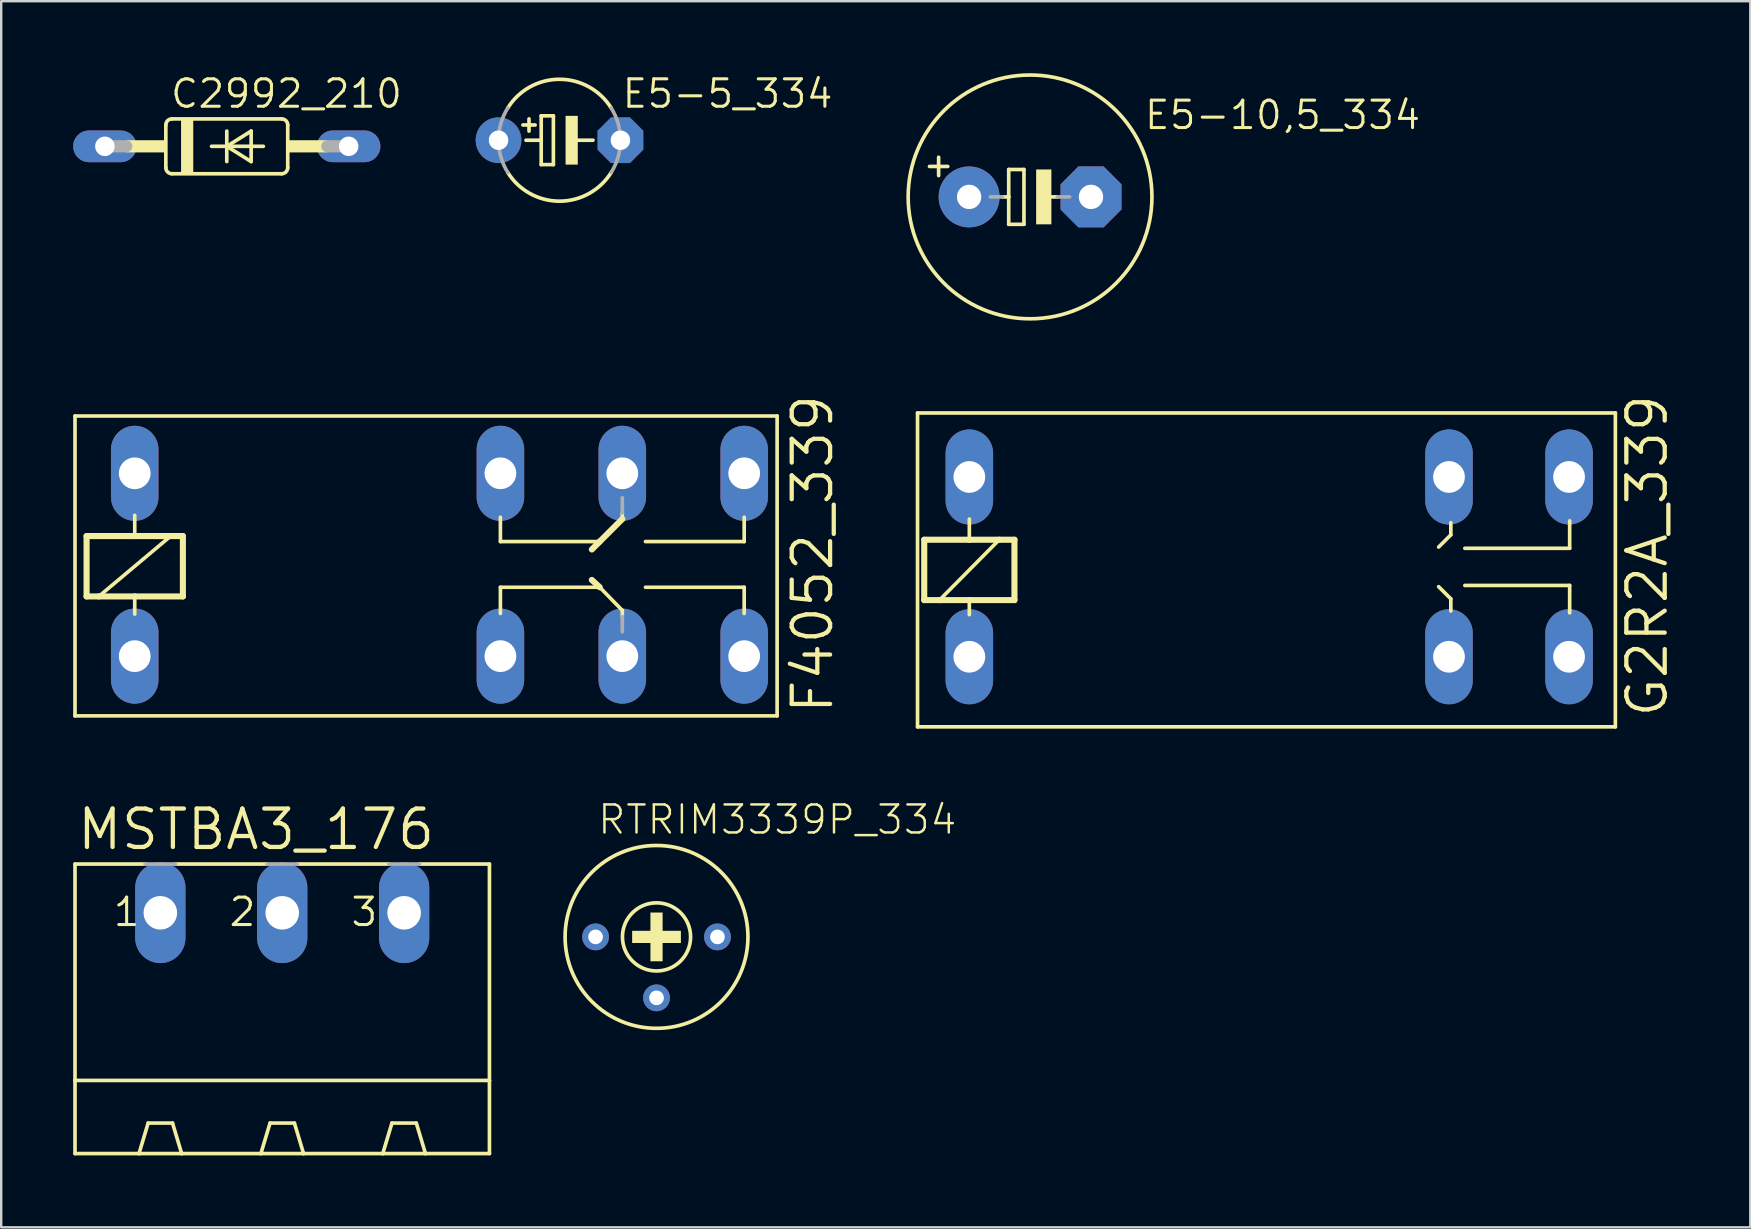
<source format=kicad_pcb>
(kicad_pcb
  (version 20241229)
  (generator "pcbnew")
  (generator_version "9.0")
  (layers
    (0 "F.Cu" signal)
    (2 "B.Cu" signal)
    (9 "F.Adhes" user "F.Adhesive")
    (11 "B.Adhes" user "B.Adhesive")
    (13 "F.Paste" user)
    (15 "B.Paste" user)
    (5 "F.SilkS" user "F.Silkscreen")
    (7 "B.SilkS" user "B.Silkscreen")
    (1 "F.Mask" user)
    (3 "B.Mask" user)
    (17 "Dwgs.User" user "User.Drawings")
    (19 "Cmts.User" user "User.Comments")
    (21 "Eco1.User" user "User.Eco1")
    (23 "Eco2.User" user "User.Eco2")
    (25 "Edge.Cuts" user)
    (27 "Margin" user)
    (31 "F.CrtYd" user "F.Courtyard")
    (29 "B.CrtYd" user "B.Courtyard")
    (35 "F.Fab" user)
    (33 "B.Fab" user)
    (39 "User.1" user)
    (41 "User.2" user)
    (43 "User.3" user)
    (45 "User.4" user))
  (footprint "E5-10,5_334"
    (layer "F.Cu")
    (at 39.878 5.156)
    (property "Reference" "E5-10,5_334" (at 4.699 -2.743 0) (unlocked yes) (layer "F.SilkS") (effects (font (size 1.143 1.143) (thickness 0.127)) (justify left bottom)))
    (fp_line (start -3.81 -1.651) (end -3.81 -0.889) (stroke (width 0.152) (type solid)) (layer "F.SilkS"))
    (fp_line (start -3.429 -1.27) (end -4.191 -1.27) (stroke (width 0.152) (type solid)) (layer "F.SilkS"))
    (fp_line (start -1.143 0) (end -0.889 0) (stroke (width 0.152) (type solid)) (layer "F.SilkS"))
    (fp_line (start -0.889 -1.143) (end -0.889 0) (stroke (width 0.152) (type solid)) (layer "F.SilkS"))
    (fp_line (start -0.889 0) (end -0.889 1.143) (stroke (width 0.152) (type solid)) (layer "F.SilkS"))
    (fp_line (start -0.889 1.143) (end -0.254 1.143) (stroke (width 0.152) (type solid)) (layer "F.SilkS"))
    (fp_line (start -0.254 -1.143) (end -0.889 -1.143) (stroke (width 0.152) (type solid)) (layer "F.SilkS"))
    (fp_line (start -0.254 1.143) (end -0.254 -1.143) (stroke (width 0.152) (type solid)) (layer "F.SilkS"))
    (fp_line (start 0.635 0) (end 1.143 0) (stroke (width 0.152) (type solid)) (layer "F.SilkS"))
    (fp_circle (center 0 0) (end 5.08 0) (stroke (width 0.152) (type solid)) (fill no) (layer "F.SilkS"))
    (fp_poly (pts (xy 0.254 1.143) (xy 0.889 1.143) (xy 0.889 -1.143) (xy 0.254 -1.143)) (stroke (width 0) (type default)) (fill yes) (layer "F.SilkS"))
    (fp_line (start -1.651 0) (end -1.143 0) (stroke (width 0.152) (type solid)) (layer "F.Fab"))
    (fp_line (start 1.143 0) (end 1.651 0) (stroke (width 0.152) (type solid)) (layer "F.Fab"))
    (pad "+" thru_hole circle (at -2.54 0) (size 2.54 2.54) (drill 1.016) (layers "*.Cu" "*.Mask"))
    (pad "-" thru_hole roundrect (at 2.54 0) (size 2.54 2.54) (drill 1.016) (layers "*.Cu" "*.Mask") (roundrect_rratio 0.25) (chamfer_ratio 0.293) (chamfer top_left top_right bottom_left bottom_right)))
  (footprint "RTRIM3339P_334"
    (layer "F.Cu")
    (at 24.311 35.996)
    (property "Reference" "RTRIM3339P_334" (at -2.515 -4.205 0) (unlocked yes) (layer "F.SilkS") (effects (font (size 1.168 1.168) (thickness 0.102)) (justify left bottom)))
    (fp_circle (center 0 0) (end 1.42 0) (stroke (width 0.152) (type solid)) (fill no) (layer "F.SilkS"))
    (fp_circle (center 0 0) (end 3.81 0) (stroke (width 0.152) (type solid)) (fill no) (layer "F.SilkS"))
    (fp_poly (pts (xy -1.016 0.254) (xy 1.016 0.254) (xy 1.016 -0.254) (xy -1.016 -0.254)) (stroke (width 0) (type default)) (fill yes) (layer "F.SilkS"))
    (fp_poly (pts (xy -0.254 1.016) (xy 0.254 1.016) (xy 0.254 -1.016) (xy -0.254 -1.016)) (stroke (width 0) (type default)) (fill yes) (layer "F.SilkS"))
    (pad "1" thru_hole circle (at -2.54 0) (size 1.118 1.118) (drill 0.61) (layers "*.Cu" "*.Mask"))
    (pad "2" thru_hole circle (at 0 2.54) (size 1.118 1.118) (drill 0.61) (layers "*.Cu" "*.Mask"))
    (pad "3" thru_hole circle (at 2.54 0) (size 1.118 1.118) (drill 0.61) (layers "*.Cu" "*.Mask")))
  (footprint "G2R2A_339"
    (layer "F.Cu")
    (at 39.888 20.638)
    (property "Reference" "G2R2A_339" (at 26.645 6.299 90) (unlocked yes) (layer "F.SilkS") (effects (font (size 1.6 1.6) (thickness 0.178)) (justify left bottom)))
    (fp_line (start -4.699 6.604) (end -4.699 -6.477) (stroke (width 0.152) (type solid)) (layer "F.SilkS"))
    (fp_line (start -4.699 6.604) (end 24.384 6.604) (stroke (width 0.152) (type solid)) (layer "F.SilkS"))
    (fp_line (start -4.42 -1.194) (end -2.54 -1.194) (stroke (width 0.254) (type solid)) (layer "F.SilkS"))
    (fp_line (start -4.42 1.321) (end -4.42 -1.194) (stroke (width 0.254) (type solid)) (layer "F.SilkS"))
    (fp_line (start -3.785 1.321) (end -4.42 1.321) (stroke (width 0.254) (type solid)) (layer "F.SilkS"))
    (fp_line (start -2.54 -2.057) (end -2.54 -1.194) (stroke (width 0.152) (type solid)) (layer "F.SilkS"))
    (fp_line (start -2.54 -1.194) (end -1.295 -1.194) (stroke (width 0.254) (type solid)) (layer "F.SilkS"))
    (fp_line (start -2.54 1.321) (end -3.785 1.321) (stroke (width 0.254) (type solid)) (layer "F.SilkS"))
    (fp_line (start -2.54 1.321) (end -2.54 1.93) (stroke (width 0.152) (type solid)) (layer "F.SilkS"))
    (fp_line (start -1.295 -1.194) (end -3.785 1.321) (stroke (width 0.152) (type solid)) (layer "F.SilkS"))
    (fp_line (start -1.295 -1.194) (end -0.66 -1.194) (stroke (width 0.254) (type solid)) (layer "F.SilkS"))
    (fp_line (start -0.66 -1.194) (end -0.66 1.321) (stroke (width 0.254) (type solid)) (layer "F.SilkS"))
    (fp_line (start -0.66 1.321) (end -2.54 1.321) (stroke (width 0.254) (type solid)) (layer "F.SilkS"))
    (fp_line (start 17.018 -0.889) (end 17.526 -1.397) (stroke (width 0.152) (type solid)) (layer "F.SilkS"))
    (fp_line (start 17.018 0.762) (end 17.526 1.27) (stroke (width 0.152) (type solid)) (layer "F.SilkS"))
    (fp_line (start 17.526 -1.905) (end 17.526 -1.397) (stroke (width 0.152) (type solid)) (layer "F.SilkS"))
    (fp_line (start 17.526 1.778) (end 17.526 1.27) (stroke (width 0.152) (type solid)) (layer "F.SilkS"))
    (fp_line (start 18.11 -0.838) (end 22.479 -0.838) (stroke (width 0.152) (type solid)) (layer "F.SilkS"))
    (fp_line (start 18.11 0.711) (end 22.479 0.711) (stroke (width 0.152) (type solid)) (layer "F.SilkS"))
    (fp_line (start 22.479 -0.838) (end 22.479 -1.981) (stroke (width 0.152) (type solid)) (layer "F.SilkS"))
    (fp_line (start 22.479 0.711) (end 22.479 1.854) (stroke (width 0.152) (type solid)) (layer "F.SilkS"))
    (fp_line (start 24.384 -6.477) (end -4.699 -6.477) (stroke (width 0.152) (type solid)) (layer "F.SilkS"))
    (fp_line (start 24.384 -6.477) (end 24.384 6.604) (stroke (width 0.152) (type solid)) (layer "F.SilkS"))
    (pad "1" thru_hole oval (at -2.54 3.683 90) (size 3.962 1.981) (drill 1.321) (layers "*.Cu" "*.Mask"))
    (pad "2" thru_hole oval (at -2.54 -3.81 90) (size 3.962 1.981) (drill 1.321) (layers "*.Cu" "*.Mask"))
    (pad "P1" thru_hole oval (at 17.45 -3.81 90) (size 3.962 1.981) (drill 1.321) (layers "*.Cu" "*.Mask"))
    (pad "P2" thru_hole oval (at 17.45 3.683 90) (size 3.962 1.981) (drill 1.321) (layers "*.Cu" "*.Mask"))
    (pad "S1" thru_hole oval (at 22.454 -3.81 90) (size 3.962 1.981) (drill 1.321) (layers "*.Cu" "*.Mask"))
    (pad "S2" thru_hole oval (at 22.454 3.683 90) (size 3.962 1.981) (drill 1.321) (layers "*.Cu" "*.Mask")))
  (footprint "MSTBA3_176"
    (layer "F.Cu")
    (at 8.712 40.072)
    (property "Reference" "MSTBA3_176" (at -8.636 -7.62 0) (unlocked yes) (layer "F.SilkS") (effects (font (size 1.6 1.6) (thickness 0.178)) (justify left bottom)))
    (fp_line (start -8.636 -7.112) (end -8.636 1.905) (stroke (width 0.152) (type solid)) (layer "F.SilkS"))
    (fp_line (start -8.636 -7.112) (end -5.715 -7.112) (stroke (width 0.152) (type solid)) (layer "F.SilkS"))
    (fp_line (start -8.636 1.905) (end -8.636 4.953) (stroke (width 0.152) (type solid)) (layer "F.SilkS"))
    (fp_line (start -8.636 1.905) (end 8.636 1.905) (stroke (width 0.152) (type solid)) (layer "F.SilkS"))
    (fp_line (start -8.636 4.953) (end -5.969 4.953) (stroke (width 0.152) (type solid)) (layer "F.SilkS"))
    (fp_line (start -5.969 4.953) (end -5.588 3.683) (stroke (width 0.152) (type solid)) (layer "F.SilkS"))
    (fp_line (start -5.969 4.953) (end -4.191 4.953) (stroke (width 0.152) (type solid)) (layer "F.SilkS"))
    (fp_line (start -4.572 3.683) (end -5.588 3.683) (stroke (width 0.152) (type solid)) (layer "F.SilkS"))
    (fp_line (start -4.445 -7.112) (end -0.635 -7.112) (stroke (width 0.152) (type solid)) (layer "F.SilkS"))
    (fp_line (start -4.191 4.953) (end -4.572 3.683) (stroke (width 0.152) (type solid)) (layer "F.SilkS"))
    (fp_line (start -4.191 4.953) (end -0.889 4.953) (stroke (width 0.152) (type solid)) (layer "F.SilkS"))
    (fp_line (start -0.889 4.953) (end -0.508 3.683) (stroke (width 0.152) (type solid)) (layer "F.SilkS"))
    (fp_line (start -0.889 4.953) (end 0.889 4.953) (stroke (width 0.152) (type solid)) (layer "F.SilkS"))
    (fp_line (start -0.508 3.683) (end 0.508 3.683) (stroke (width 0.152) (type solid)) (layer "F.SilkS"))
    (fp_line (start 0.635 -7.112) (end 4.445 -7.112) (stroke (width 0.152) (type solid)) (layer "F.SilkS"))
    (fp_line (start 0.889 4.953) (end 0.508 3.683) (stroke (width 0.152) (type solid)) (layer "F.SilkS"))
    (fp_line (start 0.889 4.953) (end 4.191 4.953) (stroke (width 0.152) (type solid)) (layer "F.SilkS"))
    (fp_line (start 4.191 4.953) (end 4.572 3.683) (stroke (width 0.152) (type solid)) (layer "F.SilkS"))
    (fp_line (start 4.191 4.953) (end 5.969 4.953) (stroke (width 0.152) (type solid)) (layer "F.SilkS"))
    (fp_line (start 4.572 3.683) (end 5.588 3.683) (stroke (width 0.152) (type solid)) (layer "F.SilkS"))
    (fp_line (start 5.715 -7.112) (end 8.636 -7.112) (stroke (width 0.152) (type solid)) (layer "F.SilkS"))
    (fp_line (start 5.969 4.953) (end 5.588 3.683) (stroke (width 0.152) (type solid)) (layer "F.SilkS"))
    (fp_line (start 5.969 4.953) (end 8.636 4.953) (stroke (width 0.152) (type solid)) (layer "F.SilkS"))
    (fp_line (start 8.636 -7.112) (end 8.636 1.905) (stroke (width 0.152) (type solid)) (layer "F.SilkS"))
    (fp_line (start 8.636 1.905) (end 8.636 4.953) (stroke (width 0.152) (type solid)) (layer "F.SilkS"))
    (fp_line (start -5.715 -7.112) (end -4.445 -7.112) (stroke (width 0.152) (type solid)) (layer "F.Fab"))
    (fp_line (start -0.635 -7.112) (end 0.635 -7.112) (stroke (width 0.152) (type solid)) (layer "F.Fab"))
    (fp_line (start 4.445 -7.112) (end 5.715 -7.112) (stroke (width 0.152) (type solid)) (layer "F.Fab"))
    (fp_text user "1" (at -7.112 -4.445 0) (unlocked yes) (layer "F.SilkS") (effects (font (size 1.143 1.143) (thickness 0.127)) (justify left bottom)))
    (fp_text user "2" (at -2.286 -4.445 0) (unlocked yes) (layer "F.SilkS") (effects (font (size 1.143 1.143) (thickness 0.127)) (justify left bottom)))
    (fp_text user "3" (at 2.794 -4.445 0) (unlocked yes) (layer "F.SilkS") (effects (font (size 1.143 1.143) (thickness 0.127)) (justify left bottom)))
    (pad "1" thru_hole oval (at -5.08 -5.08 90) (size 4.191 2.095) (drill 1.397) (layers "*.Cu" "*.Mask"))
    (pad "2" thru_hole oval (at 0 -5.08 90) (size 4.191 2.095) (drill 1.397) (layers "*.Cu" "*.Mask"))
    (pad "3" thru_hole oval (at 5.08 -5.08 90) (size 4.191 2.095) (drill 1.397) (layers "*.Cu" "*.Mask")))
  (footprint "E5-5_334"
    (layer "F.Cu")
    (at 20.267 2.794)
    (property "Reference" "E5-5_334" (at 2.54 -1.27 0) (unlocked yes) (layer "F.SilkS") (effects (font (size 1.143 1.143) (thickness 0.127)) (justify left bottom)))
    (fp_line (start -1.524 -0.635) (end -1.016 -0.635) (stroke (width 0.152) (type solid)) (layer "F.SilkS"))
    (fp_line (start -1.397 0) (end -0.762 0) (stroke (width 0.152) (type solid)) (layer "F.SilkS"))
    (fp_line (start -1.27 -0.381) (end -1.27 -0.889) (stroke (width 0.152) (type solid)) (layer "F.SilkS"))
    (fp_line (start -0.762 -1.016) (end -0.762 0) (stroke (width 0.152) (type solid)) (layer "F.SilkS"))
    (fp_line (start -0.762 0) (end -0.762 1.016) (stroke (width 0.152) (type solid)) (layer "F.SilkS"))
    (fp_line (start -0.762 1.016) (end -0.254 1.016) (stroke (width 0.152) (type solid)) (layer "F.SilkS"))
    (fp_line (start -0.254 -1.016) (end -0.762 -1.016) (stroke (width 0.152) (type solid)) (layer "F.SilkS"))
    (fp_line (start -0.254 1.016) (end -0.254 -1.016) (stroke (width 0.152) (type solid)) (layer "F.SilkS"))
    (fp_line (start 0.635 0) (end 1.397 0) (stroke (width 0.152) (type solid)) (layer "F.SilkS"))
    (fp_arc (start -2.1557 -1.3432) (mid 0 -2.539927) (end 2.1557 -1.3432) (stroke (width 0.1524) (type solid)) (layer "F.SilkS"))
    (fp_arc (start 2.1557 1.3432) (mid 0 2.539927) (end -2.1557 1.3432) (stroke (width 0.1524) (type solid)) (layer "F.SilkS"))
    (fp_poly (pts (xy 0.254 1.016) (xy 0.762 1.016) (xy 0.762 -1.016) (xy 0.254 -1.016)) (stroke (width 0) (type default)) (fill yes) (layer "F.SilkS"))
    (fp_arc (start -2.1557 1.3432) (mid -2.539927 0) (end -2.1557 -1.3432) (stroke (width 0.1524) (type solid)) (layer "F.Fab"))
    (fp_arc (start 2.1557 -1.3432) (mid 2.539927 0) (end 2.1557 1.3432) (stroke (width 0.1524) (type solid)) (layer "F.Fab"))
    (pad "+" thru_hole circle (at -2.54 0) (size 1.905 1.905) (drill 0.813) (layers "*.Cu" "*.Mask"))
    (pad "-" thru_hole roundrect (at 2.54 0) (size 1.905 1.905) (drill 0.813) (layers "*.Cu" "*.Mask") (roundrect_rratio 0.25) (chamfer_ratio 0.293) (chamfer top_left top_right bottom_left bottom_right)))
  (footprint "C2992_210"
    (layer "F.Cu")
    (at 6.401 3.048)
    (property "Reference" "C2992_210" (at -2.413 -1.524 0) (unlocked yes) (layer "F.SilkS") (effects (font (size 1.143 1.143) (thickness 0.127)) (justify left bottom)))
    (fp_line (start -2.54 -0.889) (end -2.54 0.889) (stroke (width 0.152) (type solid)) (layer "F.SilkS"))
    (fp_line (start -2.286 -1.143) (end 2.286 -1.143) (stroke (width 0.152) (type solid)) (layer "F.SilkS"))
    (fp_line (start -2.286 1.143) (end 2.286 1.143) (stroke (width 0.152) (type solid)) (layer "F.SilkS"))
    (fp_line (start -0.635 0) (end 0 0) (stroke (width 0.152) (type solid)) (layer "F.SilkS"))
    (fp_line (start 0 -0.635) (end 0 0) (stroke (width 0.152) (type solid)) (layer "F.SilkS"))
    (fp_line (start 0 0) (end 0 0.635) (stroke (width 0.152) (type solid)) (layer "F.SilkS"))
    (fp_line (start 0 0) (end 1.016 -0.635) (stroke (width 0.152) (type solid)) (layer "F.SilkS"))
    (fp_line (start 0 0) (end 1.524 0) (stroke (width 0.152) (type solid)) (layer "F.SilkS"))
    (fp_line (start 1.016 -0.635) (end 1.016 0.635) (stroke (width 0.152) (type solid)) (layer "F.SilkS"))
    (fp_line (start 1.016 0.635) (end 0 0) (stroke (width 0.152) (type solid)) (layer "F.SilkS"))
    (fp_line (start 2.54 0.889) (end 2.54 -0.889) (stroke (width 0.152) (type solid)) (layer "F.SilkS"))
    (fp_arc (start -2.54 -0.889) (mid -2.465605 -1.068605) (end -2.286 -1.143) (stroke (width 0.1524) (type solid)) (layer "F.SilkS"))
    (fp_arc (start -2.286 1.143) (mid -2.465605 1.068605) (end -2.54 0.889) (stroke (width 0.1524) (type solid)) (layer "F.SilkS"))
    (fp_arc (start 2.286 -1.143) (mid 2.465605 -1.068605) (end 2.54 -0.889) (stroke (width 0.1524) (type solid)) (layer "F.SilkS"))
    (fp_arc (start 2.54 0.889) (mid 2.465605 1.068605) (end 2.286 1.143) (stroke (width 0.1524) (type solid)) (layer "F.SilkS"))
    (fp_poly (pts (xy -4.191 0.254) (xy -2.54 0.254) (xy -2.54 -0.254) (xy -4.191 -0.254)) (stroke (width 0) (type default)) (fill yes) (layer "F.SilkS"))
    (fp_poly (pts (xy -1.905 1.143) (xy -1.397 1.143) (xy -1.397 -1.143) (xy -1.905 -1.143)) (stroke (width 0) (type default)) (fill yes) (layer "F.SilkS"))
    (fp_poly (pts (xy 2.54 0.254) (xy 4.191 0.254) (xy 4.191 -0.254) (xy 2.54 -0.254)) (stroke (width 0) (type default)) (fill yes) (layer "F.SilkS"))
    (fp_line (start -5.08 0) (end -4.191 0) (stroke (width 0.508) (type solid)) (layer "F.Fab"))
    (fp_line (start 5.08 0) (end 4.191 0) (stroke (width 0.508) (type solid)) (layer "F.Fab"))
    (pad "A" thru_hole oval (at 5.08 0) (size 2.642 1.321) (drill 0.813) (layers "*.Cu" "*.Mask"))
    (pad "C" thru_hole oval (at -5.08 0) (size 2.642 1.321) (drill 0.813) (layers "*.Cu" "*.Mask")))
  (footprint "F4052_339"
    (layer "F.Cu")
    (at 6.375 20.485)
    (property "Reference" "F4052_339" (at 25.375 6.299 90) (unlocked yes) (layer "F.SilkS") (effects (font (size 1.6 1.6) (thickness 0.178)) (justify left bottom)))
    (fp_line (start -6.299 -6.198) (end -6.299 6.299) (stroke (width 0.152) (type solid)) (layer "F.SilkS"))
    (fp_line (start -6.299 6.299) (end 22.962 6.299) (stroke (width 0.152) (type solid)) (layer "F.SilkS"))
    (fp_line (start -5.817 -1.194) (end -3.81 -1.194) (stroke (width 0.254) (type solid)) (layer "F.SilkS"))
    (fp_line (start -5.817 1.321) (end -5.817 -1.194) (stroke (width 0.254) (type solid)) (layer "F.SilkS"))
    (fp_line (start -5.309 1.321) (end -5.817 1.321) (stroke (width 0.254) (type solid)) (layer "F.SilkS"))
    (fp_line (start -3.81 -2.057) (end -3.81 -1.194) (stroke (width 0.152) (type solid)) (layer "F.SilkS"))
    (fp_line (start -3.81 -1.194) (end -2.311 -1.194) (stroke (width 0.254) (type solid)) (layer "F.SilkS"))
    (fp_line (start -3.81 1.321) (end -5.309 1.321) (stroke (width 0.254) (type solid)) (layer "F.SilkS"))
    (fp_line (start -3.81 1.321) (end -3.81 2.057) (stroke (width 0.152) (type solid)) (layer "F.SilkS"))
    (fp_line (start -2.311 -1.194) (end -5.309 1.321) (stroke (width 0.152) (type solid)) (layer "F.SilkS"))
    (fp_line (start -2.311 -1.194) (end -1.803 -1.194) (stroke (width 0.254) (type solid)) (layer "F.SilkS"))
    (fp_line (start -1.803 -1.194) (end -1.803 1.321) (stroke (width 0.254) (type solid)) (layer "F.SilkS"))
    (fp_line (start -1.803 1.321) (end -3.81 1.321) (stroke (width 0.254) (type solid)) (layer "F.SilkS"))
    (fp_line (start 11.43 -0.965) (end 11.43 -1.981) (stroke (width 0.152) (type solid)) (layer "F.SilkS"))
    (fp_line (start 11.43 0.94) (end 11.43 2.032) (stroke (width 0.152) (type solid)) (layer "F.SilkS"))
    (fp_line (start 15.24 -0.635) (end 15.57 -0.965) (stroke (width 0.254) (type solid)) (layer "F.SilkS"))
    (fp_line (start 15.57 -0.965) (end 11.43 -0.965) (stroke (width 0.152) (type solid)) (layer "F.SilkS"))
    (fp_line (start 15.57 -0.965) (end 16.51 -1.905) (stroke (width 0.254) (type solid)) (layer "F.SilkS"))
    (fp_line (start 15.57 0.94) (end 11.43 0.94) (stroke (width 0.152) (type solid)) (layer "F.SilkS"))
    (fp_line (start 15.57 0.94) (end 15.24 0.635) (stroke (width 0.254) (type solid)) (layer "F.SilkS"))
    (fp_line (start 16.51 -2.159) (end 16.51 -1.905) (stroke (width 0.152) (type solid)) (layer "F.SilkS"))
    (fp_line (start 16.51 1.905) (end 15.57 0.94) (stroke (width 0.152) (type solid)) (layer "F.SilkS"))
    (fp_line (start 16.51 2.159) (end 16.51 1.905) (stroke (width 0.152) (type solid)) (layer "F.SilkS"))
    (fp_line (start 17.475 -0.965) (end 21.59 -0.965) (stroke (width 0.152) (type solid)) (layer "F.SilkS"))
    (fp_line (start 17.475 0.94) (end 21.59 0.94) (stroke (width 0.152) (type solid)) (layer "F.SilkS"))
    (fp_line (start 21.59 -0.965) (end 21.59 -1.981) (stroke (width 0.152) (type solid)) (layer "F.SilkS"))
    (fp_line (start 21.59 0.94) (end 21.59 2.032) (stroke (width 0.152) (type solid)) (layer "F.SilkS"))
    (fp_line (start 22.962 -6.198) (end -6.299 -6.198) (stroke (width 0.152) (type solid)) (layer "F.SilkS"))
    (fp_line (start 22.962 6.299) (end 22.962 -6.198) (stroke (width 0.152) (type solid)) (layer "F.SilkS"))
    (fp_line (start 16.51 -2.794) (end 16.51 -2.159) (stroke (width 0.152) (type solid)) (layer "F.Fab"))
    (fp_line (start 16.51 2.159) (end 16.51 2.794) (stroke (width 0.152) (type solid)) (layer "F.Fab"))
    (pad "1" thru_hole oval (at -3.81 -3.81 90) (size 3.962 1.981) (drill 1.321) (layers "*.Cu" "*.Mask"))
    (pad "2" thru_hole oval (at -3.81 3.81 90) (size 3.962 1.981) (drill 1.321) (layers "*.Cu" "*.Mask"))
    (pad "O1" thru_hole oval (at 11.43 3.81 90) (size 3.962 1.981) (drill 1.321) (layers "*.Cu" "*.Mask"))
    (pad "O2" thru_hole oval (at 11.43 -3.81 90) (size 3.962 1.981) (drill 1.321) (layers "*.Cu" "*.Mask"))
    (pad "P1" thru_hole oval (at 16.51 3.81 90) (size 3.962 1.981) (drill 1.321) (layers "*.Cu" "*.Mask"))
    (pad "P2" thru_hole oval (at 16.51 -3.81 90) (size 3.962 1.981) (drill 1.321) (layers "*.Cu" "*.Mask"))
    (pad "S1" thru_hole oval (at 21.59 3.81 90) (size 3.962 1.981) (drill 1.321) (layers "*.Cu" "*.Mask"))
    (pad "S2" thru_hole oval (at 21.59 -3.81 90) (size 3.962 1.981) (drill 1.321) (layers "*.Cu" "*.Mask")))
  (gr_rect
    (start -3 -3)
    (end 69.895 48.101)
    (stroke (width 0.1) (type default))
    (fill no)
    (layer "Edge.Cuts")))
</source>
